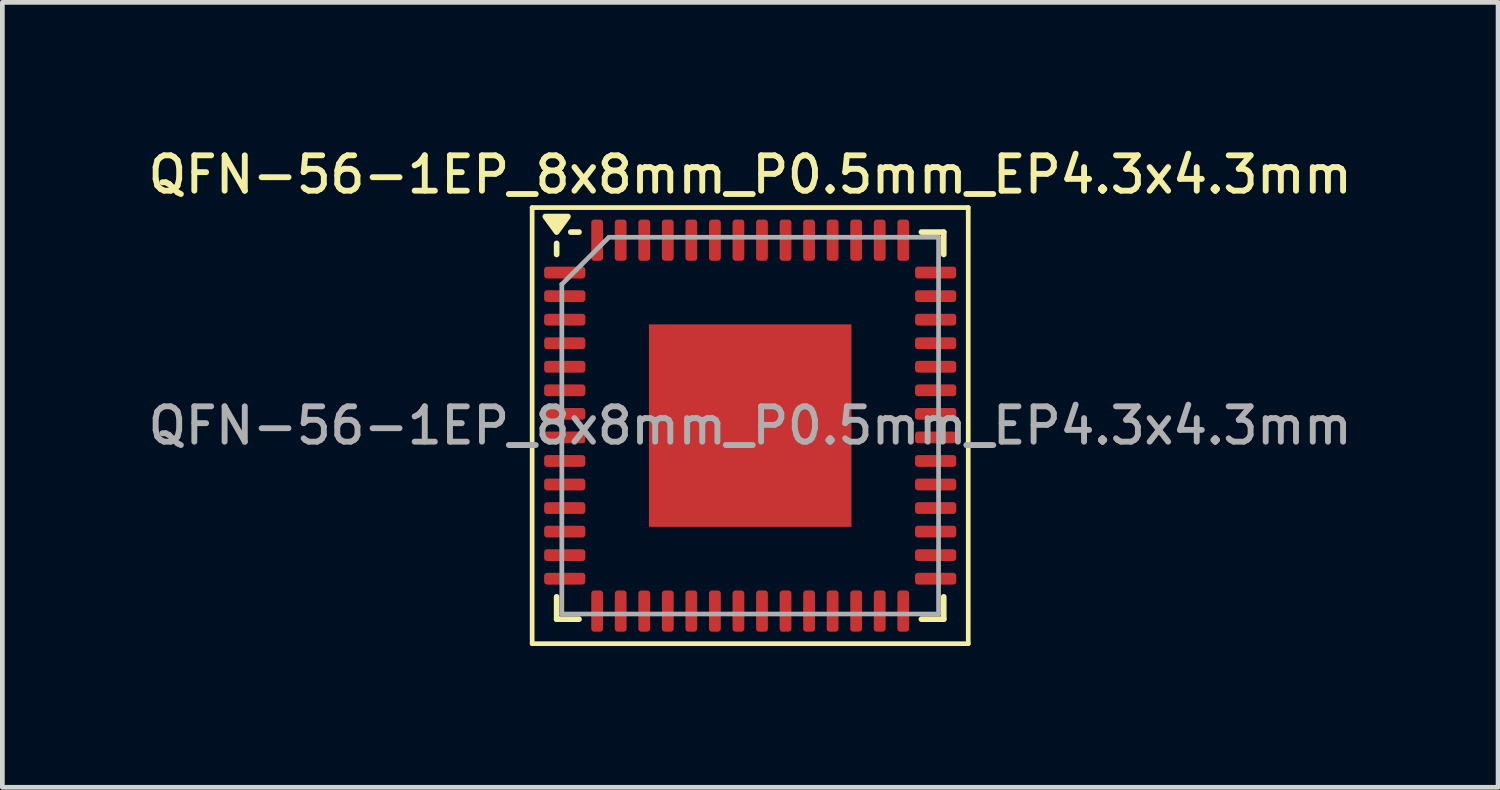
<source format=kicad_pcb>
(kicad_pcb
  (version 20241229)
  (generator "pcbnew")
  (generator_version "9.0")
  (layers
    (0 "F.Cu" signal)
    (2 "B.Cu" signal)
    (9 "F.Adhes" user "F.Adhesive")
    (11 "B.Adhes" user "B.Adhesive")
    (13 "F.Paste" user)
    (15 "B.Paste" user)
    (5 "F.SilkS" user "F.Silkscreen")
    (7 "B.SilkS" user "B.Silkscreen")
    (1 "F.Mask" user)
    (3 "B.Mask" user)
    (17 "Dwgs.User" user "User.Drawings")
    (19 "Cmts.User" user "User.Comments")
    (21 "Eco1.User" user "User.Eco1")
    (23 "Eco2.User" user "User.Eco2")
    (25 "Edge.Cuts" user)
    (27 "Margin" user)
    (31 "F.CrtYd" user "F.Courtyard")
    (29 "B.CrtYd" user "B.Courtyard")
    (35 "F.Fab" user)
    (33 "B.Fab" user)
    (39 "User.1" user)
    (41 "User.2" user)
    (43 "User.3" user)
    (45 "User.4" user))
  (footprint "QFN-56-1EP_8x8mm_P0.5mm_EP4.3x4.3mm"
    (layer "F.Cu")
    (at 12.88 5.988)
    (property "Reference" "QFN-56-1EP_8x8mm_P0.5mm_EP4.3x4.3mm" (at 0 -5.33 0) (layer "F.SilkS") (effects (font (size 0.75 0.75) (thickness 0.125))))
    (attr smd)
    (fp_line (start -4.63 -4.63) (end -4.63 4.63) (stroke (width 0.1) (type solid)) (layer "F.SilkS"))
    (fp_line (start -4.63 4.63) (end 4.63 4.63) (stroke (width 0.1) (type solid)) (layer "F.SilkS"))
    (fp_line (start -4.11 -3.635) (end -4.11 -3.87) (stroke (width 0.12) (type solid)) (layer "F.SilkS"))
    (fp_line (start -4.11 4.11) (end -4.11 3.635) (stroke (width 0.12) (type solid)) (layer "F.SilkS"))
    (fp_line (start -3.635 -4.11) (end -3.81 -4.11) (stroke (width 0.12) (type solid)) (layer "F.SilkS"))
    (fp_line (start -3.635 4.11) (end -4.11 4.11) (stroke (width 0.12) (type solid)) (layer "F.SilkS"))
    (fp_line (start 3.635 -4.11) (end 4.11 -4.11) (stroke (width 0.12) (type solid)) (layer "F.SilkS"))
    (fp_line (start 3.635 4.11) (end 4.11 4.11) (stroke (width 0.12) (type solid)) (layer "F.SilkS"))
    (fp_line (start 4.11 -4.11) (end 4.11 -3.635) (stroke (width 0.12) (type solid)) (layer "F.SilkS"))
    (fp_line (start 4.11 4.11) (end 4.11 3.635) (stroke (width 0.12) (type solid)) (layer "F.SilkS"))
    (fp_line (start 4.63 -4.63) (end -4.63 -4.63) (stroke (width 0.1) (type solid)) (layer "F.SilkS"))
    (fp_line (start 4.63 4.63) (end 4.63 -4.63) (stroke (width 0.1) (type solid)) (layer "F.SilkS"))
    (fp_poly (pts (xy -4.11 -4.11) (xy -4.35 -4.44) (xy -3.87 -4.44) (xy -4.11 -4.11)) (stroke (width 0.12) (type solid)) (fill yes) (layer "F.SilkS"))
    (fp_line (start -4 -3) (end -3 -4) (stroke (width 0.1) (type solid)) (layer "F.Fab"))
    (fp_line (start -4 4) (end -4 -3) (stroke (width 0.1) (type solid)) (layer "F.Fab"))
    (fp_line (start -3 -4) (end 4 -4) (stroke (width 0.1) (type solid)) (layer "F.Fab"))
    (fp_line (start 4 -4) (end 4 4) (stroke (width 0.1) (type solid)) (layer "F.Fab"))
    (fp_line (start 4 4) (end -4 4) (stroke (width 0.1) (type solid)) (layer "F.Fab"))
    (fp_text user "${REFERENCE}" (at 0 0 0) (layer "F.Fab") (effects (font (size 0.75 0.75) (thickness 0.125))))
    (pad "" smd roundrect (at -1.62 -1.62) (size 0.87 0.87) (layers "F.Paste") (roundrect_rratio 0.25))
    (pad "" smd roundrect (at -1.62 -0.54) (size 0.87 0.87) (layers "F.Paste") (roundrect_rratio 0.25))
    (pad "" smd roundrect (at -1.62 0.54) (size 0.87 0.87) (layers "F.Paste") (roundrect_rratio 0.25))
    (pad "" smd roundrect (at -1.62 1.62) (size 0.87 0.87) (layers "F.Paste") (roundrect_rratio 0.25))
    (pad "" smd roundrect (at -0.54 -1.62) (size 0.87 0.87) (layers "F.Paste") (roundrect_rratio 0.25))
    (pad "" smd roundrect (at -0.54 -0.54) (size 0.87 0.87) (layers "F.Paste") (roundrect_rratio 0.25))
    (pad "" smd roundrect (at -0.54 0.54) (size 0.87 0.87) (layers "F.Paste") (roundrect_rratio 0.25))
    (pad "" smd roundrect (at -0.54 1.62) (size 0.87 0.87) (layers "F.Paste") (roundrect_rratio 0.25))
    (pad "" smd roundrect (at 0.54 -1.62) (size 0.87 0.87) (layers "F.Paste") (roundrect_rratio 0.25))
    (pad "" smd roundrect (at 0.54 -0.54) (size 0.87 0.87) (layers "F.Paste") (roundrect_rratio 0.25))
    (pad "" smd roundrect (at 0.54 0.54) (size 0.87 0.87) (layers "F.Paste") (roundrect_rratio 0.25))
    (pad "" smd roundrect (at 0.54 1.62) (size 0.87 0.87) (layers "F.Paste") (roundrect_rratio 0.25))
    (pad "" smd roundrect (at 1.62 -1.62) (size 0.87 0.87) (layers "F.Paste") (roundrect_rratio 0.25))
    (pad "" smd roundrect (at 1.62 -0.54) (size 0.87 0.87) (layers "F.Paste") (roundrect_rratio 0.25))
    (pad "" smd roundrect (at 1.62 0.54) (size 0.87 0.87) (layers "F.Paste") (roundrect_rratio 0.25))
    (pad "" smd roundrect (at 1.62 1.62) (size 0.87 0.87) (layers "F.Paste") (roundrect_rratio 0.25))
    (pad "1" smd roundrect (at -3.938 -3.25) (size 0.875 0.25) (layers "F.Cu" "F.Mask" "F.Paste") (roundrect_rratio 0.25))
    (pad "2" smd roundrect (at -3.938 -2.75) (size 0.875 0.25) (layers "F.Cu" "F.Mask" "F.Paste") (roundrect_rratio 0.25))
    (pad "3" smd roundrect (at -3.938 -2.25) (size 0.875 0.25) (layers "F.Cu" "F.Mask" "F.Paste") (roundrect_rratio 0.25))
    (pad "4" smd roundrect (at -3.938 -1.75) (size 0.875 0.25) (layers "F.Cu" "F.Mask" "F.Paste") (roundrect_rratio 0.25))
    (pad "5" smd roundrect (at -3.938 -1.25) (size 0.875 0.25) (layers "F.Cu" "F.Mask" "F.Paste") (roundrect_rratio 0.25))
    (pad "6" smd roundrect (at -3.938 -0.75) (size 0.875 0.25) (layers "F.Cu" "F.Mask" "F.Paste") (roundrect_rratio 0.25))
    (pad "7" smd roundrect (at -3.938 -0.25) (size 0.875 0.25) (layers "F.Cu" "F.Mask" "F.Paste") (roundrect_rratio 0.25))
    (pad "8" smd roundrect (at -3.938 0.25) (size 0.875 0.25) (layers "F.Cu" "F.Mask" "F.Paste") (roundrect_rratio 0.25))
    (pad "9" smd roundrect (at -3.938 0.75) (size 0.875 0.25) (layers "F.Cu" "F.Mask" "F.Paste") (roundrect_rratio 0.25))
    (pad "10" smd roundrect (at -3.938 1.25) (size 0.875 0.25) (layers "F.Cu" "F.Mask" "F.Paste") (roundrect_rratio 0.25))
    (pad "11" smd roundrect (at -3.938 1.75) (size 0.875 0.25) (layers "F.Cu" "F.Mask" "F.Paste") (roundrect_rratio 0.25))
    (pad "12" smd roundrect (at -3.938 2.25) (size 0.875 0.25) (layers "F.Cu" "F.Mask" "F.Paste") (roundrect_rratio 0.25))
    (pad "13" smd roundrect (at -3.938 2.75) (size 0.875 0.25) (layers "F.Cu" "F.Mask" "F.Paste") (roundrect_rratio 0.25))
    (pad "14" smd roundrect (at -3.938 3.25) (size 0.875 0.25) (layers "F.Cu" "F.Mask" "F.Paste") (roundrect_rratio 0.25))
    (pad "15" smd roundrect (at -3.25 3.938) (size 0.25 0.875) (layers "F.Cu" "F.Mask" "F.Paste") (roundrect_rratio 0.25))
    (pad "16" smd roundrect (at -2.75 3.938) (size 0.25 0.875) (layers "F.Cu" "F.Mask" "F.Paste") (roundrect_rratio 0.25))
    (pad "17" smd roundrect (at -2.25 3.938) (size 0.25 0.875) (layers "F.Cu" "F.Mask" "F.Paste") (roundrect_rratio 0.25))
    (pad "18" smd roundrect (at -1.75 3.938) (size 0.25 0.875) (layers "F.Cu" "F.Mask" "F.Paste") (roundrect_rratio 0.25))
    (pad "19" smd roundrect (at -1.25 3.938) (size 0.25 0.875) (layers "F.Cu" "F.Mask" "F.Paste") (roundrect_rratio 0.25))
    (pad "20" smd roundrect (at -0.75 3.938) (size 0.25 0.875) (layers "F.Cu" "F.Mask" "F.Paste") (roundrect_rratio 0.25))
    (pad "21" smd roundrect (at -0.25 3.938) (size 0.25 0.875) (layers "F.Cu" "F.Mask" "F.Paste") (roundrect_rratio 0.25))
    (pad "22" smd roundrect (at 0.25 3.938) (size 0.25 0.875) (layers "F.Cu" "F.Mask" "F.Paste") (roundrect_rratio 0.25))
    (pad "23" smd roundrect (at 0.75 3.938) (size 0.25 0.875) (layers "F.Cu" "F.Mask" "F.Paste") (roundrect_rratio 0.25))
    (pad "24" smd roundrect (at 1.25 3.938) (size 0.25 0.875) (layers "F.Cu" "F.Mask" "F.Paste") (roundrect_rratio 0.25))
    (pad "25" smd roundrect (at 1.75 3.938) (size 0.25 0.875) (layers "F.Cu" "F.Mask" "F.Paste") (roundrect_rratio 0.25))
    (pad "26" smd roundrect (at 2.25 3.938) (size 0.25 0.875) (layers "F.Cu" "F.Mask" "F.Paste") (roundrect_rratio 0.25))
    (pad "27" smd roundrect (at 2.75 3.938) (size 0.25 0.875) (layers "F.Cu" "F.Mask" "F.Paste") (roundrect_rratio 0.25))
    (pad "28" smd roundrect (at 3.25 3.938) (size 0.25 0.875) (layers "F.Cu" "F.Mask" "F.Paste") (roundrect_rratio 0.25))
    (pad "29" smd roundrect (at 3.938 3.25) (size 0.875 0.25) (layers "F.Cu" "F.Mask" "F.Paste") (roundrect_rratio 0.25))
    (pad "30" smd roundrect (at 3.938 2.75) (size 0.875 0.25) (layers "F.Cu" "F.Mask" "F.Paste") (roundrect_rratio 0.25))
    (pad "31" smd roundrect (at 3.938 2.25) (size 0.875 0.25) (layers "F.Cu" "F.Mask" "F.Paste") (roundrect_rratio 0.25))
    (pad "32" smd roundrect (at 3.938 1.75) (size 0.875 0.25) (layers "F.Cu" "F.Mask" "F.Paste") (roundrect_rratio 0.25))
    (pad "33" smd roundrect (at 3.938 1.25) (size 0.875 0.25) (layers "F.Cu" "F.Mask" "F.Paste") (roundrect_rratio 0.25))
    (pad "34" smd roundrect (at 3.938 0.75) (size 0.875 0.25) (layers "F.Cu" "F.Mask" "F.Paste") (roundrect_rratio 0.25))
    (pad "35" smd roundrect (at 3.938 0.25) (size 0.875 0.25) (layers "F.Cu" "F.Mask" "F.Paste") (roundrect_rratio 0.25))
    (pad "36" smd roundrect (at 3.938 -0.25) (size 0.875 0.25) (layers "F.Cu" "F.Mask" "F.Paste") (roundrect_rratio 0.25))
    (pad "37" smd roundrect (at 3.938 -0.75) (size 0.875 0.25) (layers "F.Cu" "F.Mask" "F.Paste") (roundrect_rratio 0.25))
    (pad "38" smd roundrect (at 3.938 -1.25) (size 0.875 0.25) (layers "F.Cu" "F.Mask" "F.Paste") (roundrect_rratio 0.25))
    (pad "39" smd roundrect (at 3.938 -1.75) (size 0.875 0.25) (layers "F.Cu" "F.Mask" "F.Paste") (roundrect_rratio 0.25))
    (pad "40" smd roundrect (at 3.938 -2.25) (size 0.875 0.25) (layers "F.Cu" "F.Mask" "F.Paste") (roundrect_rratio 0.25))
    (pad "41" smd roundrect (at 3.938 -2.75) (size 0.875 0.25) (layers "F.Cu" "F.Mask" "F.Paste") (roundrect_rratio 0.25))
    (pad "42" smd roundrect (at 3.938 -3.25) (size 0.875 0.25) (layers "F.Cu" "F.Mask" "F.Paste") (roundrect_rratio 0.25))
    (pad "43" smd roundrect (at 3.25 -3.938) (size 0.25 0.875) (layers "F.Cu" "F.Mask" "F.Paste") (roundrect_rratio 0.25))
    (pad "44" smd roundrect (at 2.75 -3.938) (size 0.25 0.875) (layers "F.Cu" "F.Mask" "F.Paste") (roundrect_rratio 0.25))
    (pad "45" smd roundrect (at 2.25 -3.938) (size 0.25 0.875) (layers "F.Cu" "F.Mask" "F.Paste") (roundrect_rratio 0.25))
    (pad "46" smd roundrect (at 1.75 -3.938) (size 0.25 0.875) (layers "F.Cu" "F.Mask" "F.Paste") (roundrect_rratio 0.25))
    (pad "47" smd roundrect (at 1.25 -3.938) (size 0.25 0.875) (layers "F.Cu" "F.Mask" "F.Paste") (roundrect_rratio 0.25))
    (pad "48" smd roundrect (at 0.75 -3.938) (size 0.25 0.875) (layers "F.Cu" "F.Mask" "F.Paste") (roundrect_rratio 0.25))
    (pad "49" smd roundrect (at 0.25 -3.938) (size 0.25 0.875) (layers "F.Cu" "F.Mask" "F.Paste") (roundrect_rratio 0.25))
    (pad "50" smd roundrect (at -0.25 -3.938) (size 0.25 0.875) (layers "F.Cu" "F.Mask" "F.Paste") (roundrect_rratio 0.25))
    (pad "51" smd roundrect (at -0.75 -3.938) (size 0.25 0.875) (layers "F.Cu" "F.Mask" "F.Paste") (roundrect_rratio 0.25))
    (pad "52" smd roundrect (at -1.25 -3.938) (size 0.25 0.875) (layers "F.Cu" "F.Mask" "F.Paste") (roundrect_rratio 0.25))
    (pad "53" smd roundrect (at -1.75 -3.938) (size 0.25 0.875) (layers "F.Cu" "F.Mask" "F.Paste") (roundrect_rratio 0.25))
    (pad "54" smd roundrect (at -2.25 -3.938) (size 0.25 0.875) (layers "F.Cu" "F.Mask" "F.Paste") (roundrect_rratio 0.25))
    (pad "55" smd roundrect (at -2.75 -3.938) (size 0.25 0.875) (layers "F.Cu" "F.Mask" "F.Paste") (roundrect_rratio 0.25))
    (pad "56" smd roundrect (at -3.25 -3.938) (size 0.25 0.875) (layers "F.Cu" "F.Mask" "F.Paste") (roundrect_rratio 0.25))
    (pad "57" smd rect (at 0 0) (size 4.3 4.3) (property pad_prop_heatsink) (layers "F.Cu" "F.Mask")))
  (gr_rect
    (start -3 -3)
    (end 28.761 13.668)
    (stroke (width 0.1) (type default))
    (fill no)
    (layer "Edge.Cuts")))
</source>
